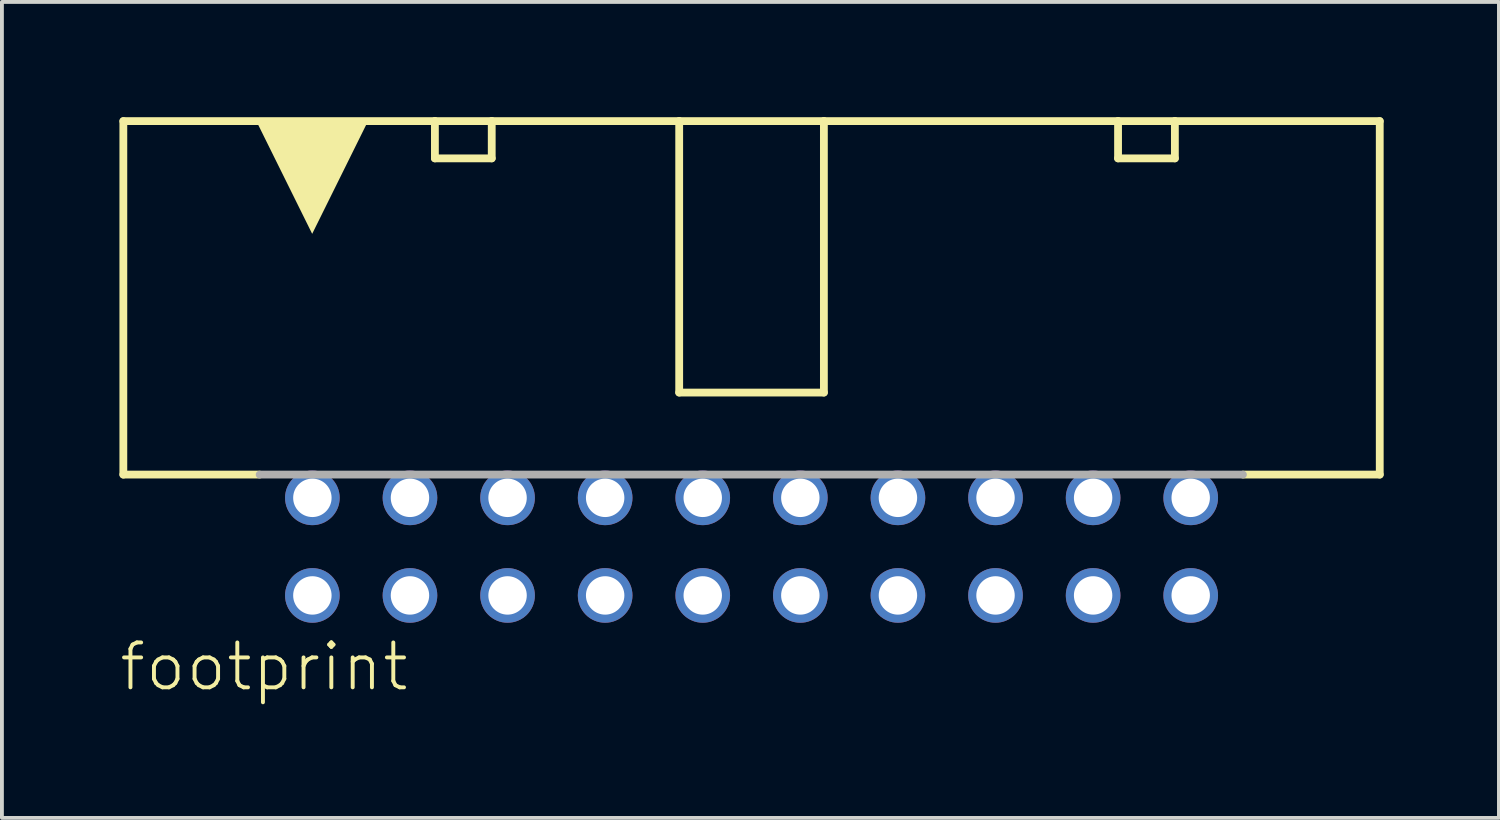
<source format=kicad_pcb>
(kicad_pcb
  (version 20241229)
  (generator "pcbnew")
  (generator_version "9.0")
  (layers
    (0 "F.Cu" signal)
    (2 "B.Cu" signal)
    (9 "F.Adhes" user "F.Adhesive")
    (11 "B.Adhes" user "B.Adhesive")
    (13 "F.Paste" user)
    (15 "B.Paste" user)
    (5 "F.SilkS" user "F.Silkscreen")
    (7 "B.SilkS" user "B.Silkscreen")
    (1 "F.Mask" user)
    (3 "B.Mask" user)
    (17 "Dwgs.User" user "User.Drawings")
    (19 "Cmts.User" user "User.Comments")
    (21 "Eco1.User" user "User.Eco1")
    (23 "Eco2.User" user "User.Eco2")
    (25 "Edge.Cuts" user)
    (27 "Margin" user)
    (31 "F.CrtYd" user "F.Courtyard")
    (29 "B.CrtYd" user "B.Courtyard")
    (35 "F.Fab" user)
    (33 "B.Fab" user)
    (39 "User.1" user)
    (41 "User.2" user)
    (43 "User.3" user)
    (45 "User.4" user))
  (footprint "footprint"
    (layer "F.Cu")
    (at 16.51 11.177)
    (property "Reference" "footprint" (at -16.51 3.81 0) (layer "F.SilkS") (effects (font (size 1.168 1.168) (thickness 0.102)) (justify left bottom)))
    (fp_line (start -16.35 -11.075) (end -16.35 -1.875) (stroke (width 0.203) (type solid)) (layer "F.SilkS"))
    (fp_line (start -12.806 -1.875) (end -16.35 -1.875) (stroke (width 0.203) (type solid)) (layer "F.SilkS"))
    (fp_line (start -8.241 -11.075) (end -16.35 -11.075) (stroke (width 0.203) (type solid)) (layer "F.SilkS"))
    (fp_line (start -8.241 -11.075) (end -6.762 -11.075) (stroke (width 0.203) (type solid)) (layer "F.SilkS"))
    (fp_line (start -8.241 -10.105) (end -8.241 -11.075) (stroke (width 0.203) (type solid)) (layer "F.SilkS"))
    (fp_line (start -6.762 -11.075) (end -6.762 -10.105) (stroke (width 0.203) (type solid)) (layer "F.SilkS"))
    (fp_line (start -6.762 -10.105) (end -8.241 -10.105) (stroke (width 0.203) (type solid)) (layer "F.SilkS"))
    (fp_line (start -1.883 -11.075) (end -6.762 -11.075) (stroke (width 0.203) (type solid)) (layer "F.SilkS"))
    (fp_line (start -1.883 -4.01) (end -1.883 -11.075) (stroke (width 0.203) (type solid)) (layer "F.SilkS"))
    (fp_line (start 1.883 -11.075) (end -1.883 -11.075) (stroke (width 0.203) (type solid)) (layer "F.SilkS"))
    (fp_line (start 1.883 -11.075) (end 1.883 -4.01) (stroke (width 0.203) (type solid)) (layer "F.SilkS"))
    (fp_line (start 1.883 -4.01) (end -1.883 -4.01) (stroke (width 0.203) (type solid)) (layer "F.SilkS"))
    (fp_line (start 9.539 -11.075) (end 1.883 -11.075) (stroke (width 0.203) (type solid)) (layer "F.SilkS"))
    (fp_line (start 9.539 -11.075) (end 11.018 -11.075) (stroke (width 0.203) (type solid)) (layer "F.SilkS"))
    (fp_line (start 9.539 -10.105) (end 9.539 -11.075) (stroke (width 0.203) (type solid)) (layer "F.SilkS"))
    (fp_line (start 11.018 -11.075) (end 11.018 -10.105) (stroke (width 0.203) (type solid)) (layer "F.SilkS"))
    (fp_line (start 11.018 -10.105) (end 9.539 -10.105) (stroke (width 0.203) (type solid)) (layer "F.SilkS"))
    (fp_line (start 16.35 -11.075) (end 11.018 -11.075) (stroke (width 0.203) (type solid)) (layer "F.SilkS"))
    (fp_line (start 16.35 -1.875) (end 12.793 -1.875) (stroke (width 0.203) (type solid)) (layer "F.SilkS"))
    (fp_line (start 16.35 -1.875) (end 16.35 -11.075) (stroke (width 0.203) (type solid)) (layer "F.SilkS"))
    (fp_poly (pts (xy -11.435 -8.141) (xy -12.874 -11.047) (xy -9.996 -11.047)) (stroke (width 0) (type solid)) (fill yes) (layer "F.SilkS"))
    (fp_line (start 12.789 -1.875) (end -12.802 -1.875) (stroke (width 0.203) (type solid)) (layer "F.Fab"))
    (pad "1" thru_hole circle (at -11.43 1.27) (size 1.422 1.422) (drill 1) (layers "*.Cu" "*.Mask"))
    (pad "2" thru_hole circle (at -11.43 -1.27) (size 1.422 1.422) (drill 1) (layers "*.Cu" "*.Mask"))
    (pad "3" thru_hole circle (at -8.89 1.27) (size 1.422 1.422) (drill 1) (layers "*.Cu" "*.Mask"))
    (pad "4" thru_hole circle (at -8.89 -1.27) (size 1.422 1.422) (drill 1) (layers "*.Cu" "*.Mask"))
    (pad "5" thru_hole circle (at -6.35 1.27) (size 1.422 1.422) (drill 1) (layers "*.Cu" "*.Mask"))
    (pad "6" thru_hole circle (at -6.35 -1.27) (size 1.422 1.422) (drill 1) (layers "*.Cu" "*.Mask"))
    (pad "7" thru_hole circle (at -3.81 1.27) (size 1.422 1.422) (drill 1) (layers "*.Cu" "*.Mask"))
    (pad "8" thru_hole circle (at -3.81 -1.27) (size 1.422 1.422) (drill 1) (layers "*.Cu" "*.Mask"))
    (pad "9" thru_hole circle (at -1.27 1.27) (size 1.422 1.422) (drill 1) (layers "*.Cu" "*.Mask"))
    (pad "10" thru_hole circle (at -1.27 -1.27) (size 1.422 1.422) (drill 1) (layers "*.Cu" "*.Mask"))
    (pad "11" thru_hole circle (at 1.27 1.27) (size 1.422 1.422) (drill 1) (layers "*.Cu" "*.Mask"))
    (pad "12" thru_hole circle (at 1.27 -1.27) (size 1.422 1.422) (drill 1) (layers "*.Cu" "*.Mask"))
    (pad "13" thru_hole circle (at 3.81 1.27) (size 1.422 1.422) (drill 1) (layers "*.Cu" "*.Mask"))
    (pad "14" thru_hole circle (at 3.81 -1.27) (size 1.422 1.422) (drill 1) (layers "*.Cu" "*.Mask"))
    (pad "15" thru_hole circle (at 6.35 1.27) (size 1.422 1.422) (drill 1) (layers "*.Cu" "*.Mask"))
    (pad "16" thru_hole circle (at 6.35 -1.27) (size 1.422 1.422) (drill 1) (layers "*.Cu" "*.Mask"))
    (pad "17" thru_hole circle (at 8.89 1.27) (size 1.422 1.422) (drill 1) (layers "*.Cu" "*.Mask"))
    (pad "18" thru_hole circle (at 8.89 -1.27) (size 1.422 1.422) (drill 1) (layers "*.Cu" "*.Mask"))
    (pad "19" thru_hole circle (at 11.43 1.27) (size 1.422 1.422) (drill 1) (layers "*.Cu" "*.Mask"))
    (pad "20" thru_hole circle (at 11.43 -1.27) (size 1.422 1.422) (drill 1) (layers "*.Cu" "*.Mask")))
  (gr_rect
    (start -3 -3)
    (end 35.962 18.237)
    (stroke (width 0.1) (type default))
    (fill no)
    (layer "Edge.Cuts")))
</source>
